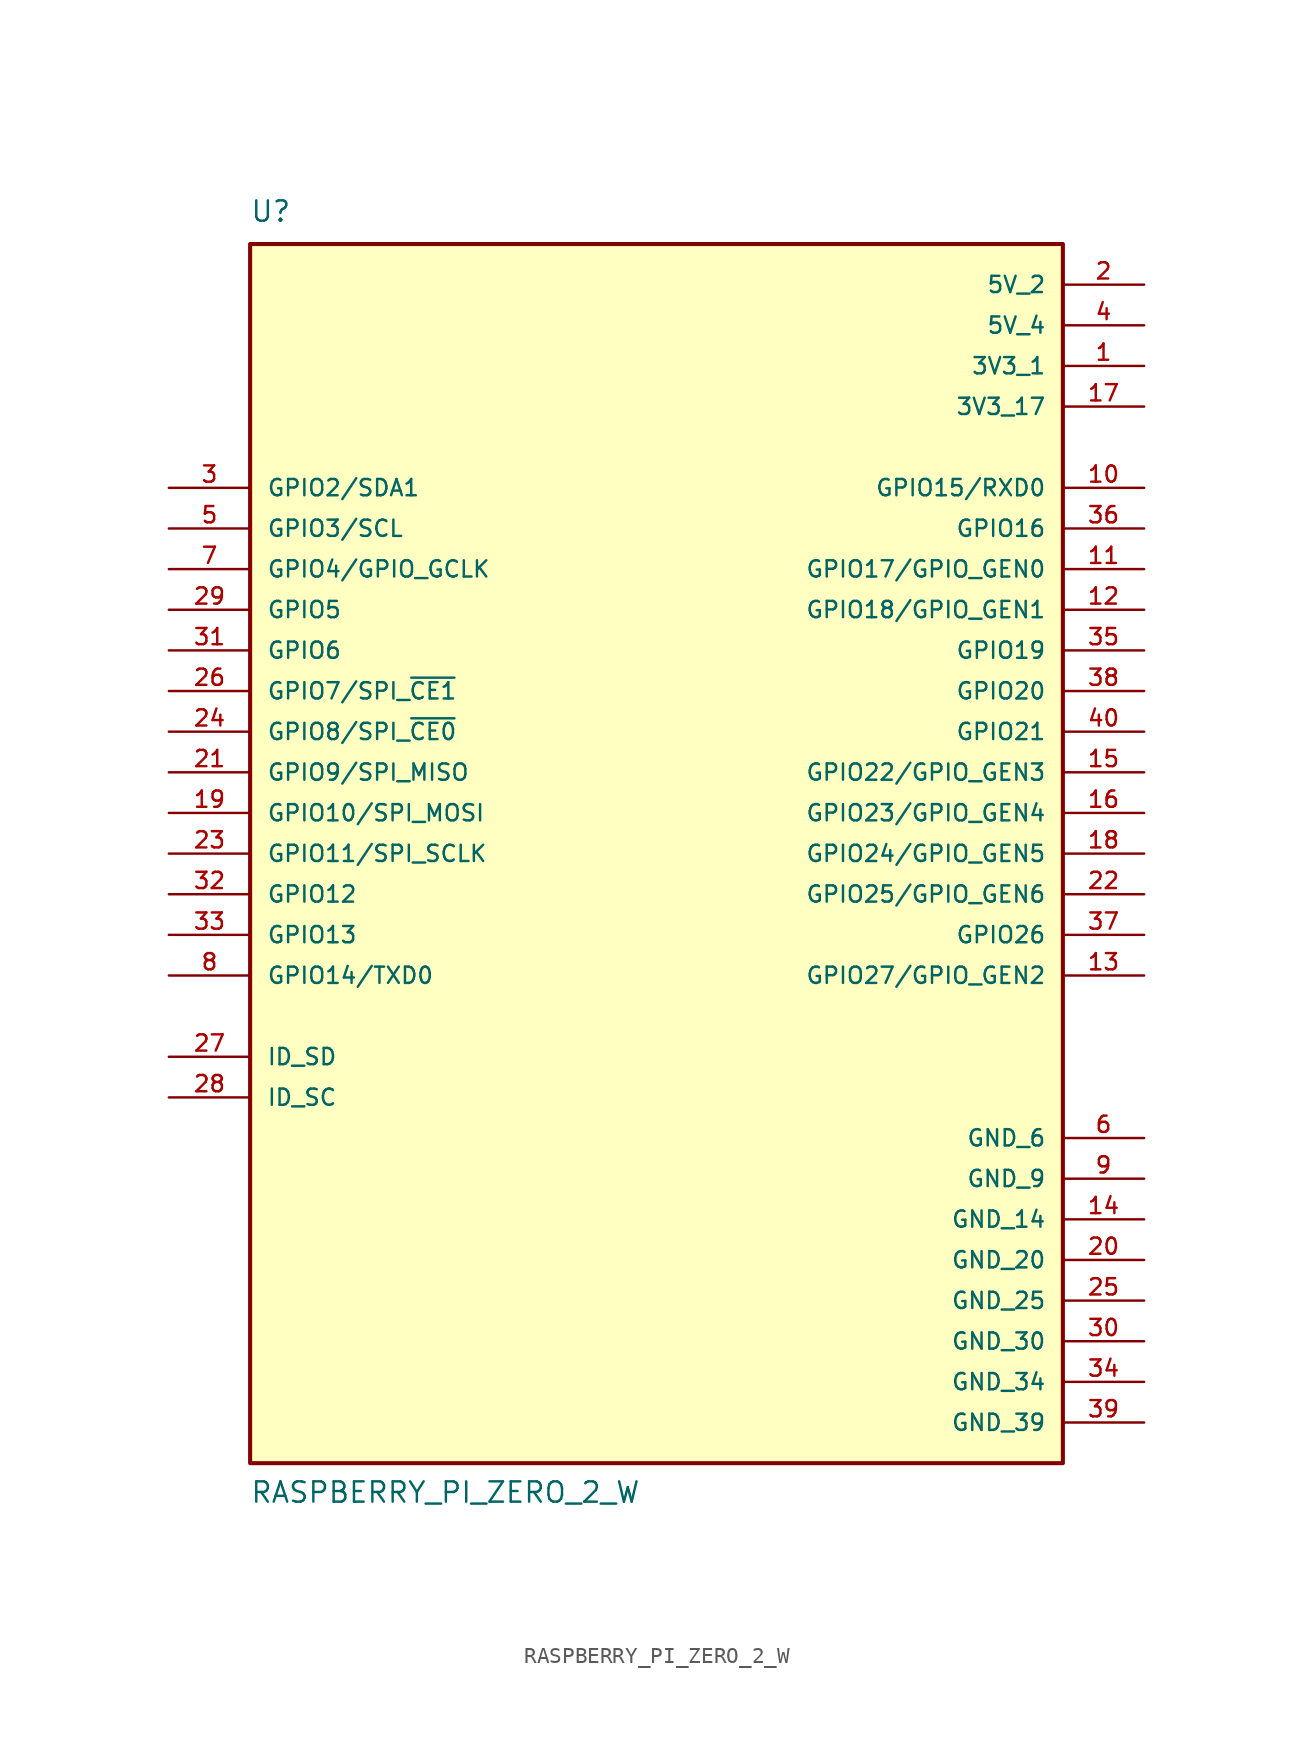
<source format=kicad_sym>
(kicad_symbol_lib
  (version 20211014)
  (generator kicad_symbol_editor)
  (symbol "RASPBERRY_PI_ZERO_2_W"
    (pin_names
      (offset 1.016))
    (property "Reference" "U"
      (at -25.42 39.396 0)
      (effects (font (size 1.27 1.27)) (justify bottom left)))
    (property "Value" "RASPBERRY_PI_ZERO_2_W"
      (at -25.419 -40.669 0)
      (effects (font (size 1.27 1.27)) (justify bottom left)))
    (symbol "RASPBERRY_PI_ZERO_2_W_0_0"
      (rectangle (start -25.4 -38.1) (end 25.4 38.1) (stroke (width 0.254)) (fill (type background)))
      (pin power_in line (at 30.48 35.56 180.0) (length 5.08) (name "5V_2" (effects (font (size 1.016 1.016)))) (number "2" (effects (font (size 1.016 1.016)))))
      (pin power_in line (at 30.48 30.48 180.0) (length 5.08) (name "3V3_1" (effects (font (size 1.016 1.016)))) (number "1" (effects (font (size 1.016 1.016)))))
      (pin bidirectional line (at -30.48 22.86 0) (length 5.08) (name "GPIO2/SDA1" (effects (font (size 1.016 1.016)))) (number "3" (effects (font (size 1.016 1.016)))))
      (pin power_in line (at 30.48 33.02 180.0) (length 5.08) (name "5V_4" (effects (font (size 1.016 1.016)))) (number "4" (effects (font (size 1.016 1.016)))))
      (pin bidirectional line (at -30.48 20.32 0) (length 5.08) (name "GPIO3/SCL" (effects (font (size 1.016 1.016)))) (number "5" (effects (font (size 1.016 1.016)))))
      (pin power_in line (at 30.48 -17.78 180.0) (length 5.08) (name "GND_6" (effects (font (size 1.016 1.016)))) (number "6" (effects (font (size 1.016 1.016)))))
      (pin bidirectional line (at -30.48 17.78 0) (length 5.08) (name "GPIO4/GPIO_GCLK" (effects (font (size 1.016 1.016)))) (number "7" (effects (font (size 1.016 1.016)))))
      (pin bidirectional line (at -30.48 -7.62 0) (length 5.08) (name "GPIO14/TXD0" (effects (font (size 1.016 1.016)))) (number "8" (effects (font (size 1.016 1.016)))))
      (pin power_in line (at 30.48 -20.32 180.0) (length 5.08) (name "GND_9" (effects (font (size 1.016 1.016)))) (number "9" (effects (font (size 1.016 1.016)))))
      (pin bidirectional line (at 30.48 22.86 180.0) (length 5.08) (name "GPIO15/RXD0" (effects (font (size 1.016 1.016)))) (number "10" (effects (font (size 1.016 1.016)))))
      (pin bidirectional line (at 30.48 17.78 180.0) (length 5.08) (name "GPIO17/GPIO_GEN0" (effects (font (size 1.016 1.016)))) (number "11" (effects (font (size 1.016 1.016)))))
      (pin bidirectional line (at 30.48 15.24 180.0) (length 5.08) (name "GPIO18/GPIO_GEN1" (effects (font (size 1.016 1.016)))) (number "12" (effects (font (size 1.016 1.016)))))
      (pin bidirectional line (at 30.48 -7.62 180.0) (length 5.08) (name "GPIO27/GPIO_GEN2" (effects (font (size 1.016 1.016)))) (number "13" (effects (font (size 1.016 1.016)))))
      (pin power_in line (at 30.48 -22.86 180.0) (length 5.08) (name "GND_14" (effects (font (size 1.016 1.016)))) (number "14" (effects (font (size 1.016 1.016)))))
      (pin bidirectional line (at 30.48 5.08 180.0) (length 5.08) (name "GPIO22/GPIO_GEN3" (effects (font (size 1.016 1.016)))) (number "15" (effects (font (size 1.016 1.016)))))
      (pin bidirectional line (at 30.48 2.54 180.0) (length 5.08) (name "GPIO23/GPIO_GEN4" (effects (font (size 1.016 1.016)))) (number "16" (effects (font (size 1.016 1.016)))))
      (pin power_in line (at 30.48 27.94 180.0) (length 5.08) (name "3V3_17" (effects (font (size 1.016 1.016)))) (number "17" (effects (font (size 1.016 1.016)))))
      (pin bidirectional line (at 30.48 0.0 180.0) (length 5.08) (name "GPIO24/GPIO_GEN5" (effects (font (size 1.016 1.016)))) (number "18" (effects (font (size 1.016 1.016)))))
      (pin bidirectional line (at -30.48 2.54 0) (length 5.08) (name "GPIO10/SPI_MOSI" (effects (font (size 1.016 1.016)))) (number "19" (effects (font (size 1.016 1.016)))))
      (pin power_in line (at 30.48 -25.4 180.0) (length 5.08) (name "GND_20" (effects (font (size 1.016 1.016)))) (number "20" (effects (font (size 1.016 1.016)))))
      (pin bidirectional line (at -30.48 5.08 0) (length 5.08) (name "GPIO9/SPI_MISO" (effects (font (size 1.016 1.016)))) (number "21" (effects (font (size 1.016 1.016)))))
      (pin bidirectional line (at 30.48 -2.54 180.0) (length 5.08) (name "GPIO25/GPIO_GEN6" (effects (font (size 1.016 1.016)))) (number "22" (effects (font (size 1.016 1.016)))))
      (pin bidirectional line (at -30.48 0.0 0) (length 5.08) (name "GPIO11/SPI_SCLK" (effects (font (size 1.016 1.016)))) (number "23" (effects (font (size 1.016 1.016)))))
      (pin bidirectional line (at -30.48 7.62 0) (length 5.08) (name "GPIO8/SPI_~{CE0}" (effects (font (size 1.016 1.016)))) (number "24" (effects (font (size 1.016 1.016)))))
      (pin power_in line (at 30.48 -27.94 180.0) (length 5.08) (name "GND_25" (effects (font (size 1.016 1.016)))) (number "25" (effects (font (size 1.016 1.016)))))
      (pin bidirectional line (at -30.48 10.16 0) (length 5.08) (name "GPIO7/SPI_~{CE1}" (effects (font (size 1.016 1.016)))) (number "26" (effects (font (size 1.016 1.016)))))
      (pin bidirectional line (at -30.48 -12.7 0) (length 5.08) (name "ID_SD" (effects (font (size 1.016 1.016)))) (number "27" (effects (font (size 1.016 1.016)))))
      (pin bidirectional line (at -30.48 -15.24 0) (length 5.08) (name "ID_SC" (effects (font (size 1.016 1.016)))) (number "28" (effects (font (size 1.016 1.016)))))
      (pin bidirectional line (at -30.48 15.24 0) (length 5.08) (name "GPIO5" (effects (font (size 1.016 1.016)))) (number "29" (effects (font (size 1.016 1.016)))))
      (pin power_in line (at 30.48 -30.48 180.0) (length 5.08) (name "GND_30" (effects (font (size 1.016 1.016)))) (number "30" (effects (font (size 1.016 1.016)))))
      (pin bidirectional line (at -30.48 12.7 0) (length 5.08) (name "GPIO6" (effects (font (size 1.016 1.016)))) (number "31" (effects (font (size 1.016 1.016)))))
      (pin bidirectional line (at -30.48 -2.54 0) (length 5.08) (name "GPIO12" (effects (font (size 1.016 1.016)))) (number "32" (effects (font (size 1.016 1.016)))))
      (pin bidirectional line (at -30.48 -5.08 0) (length 5.08) (name "GPIO13" (effects (font (size 1.016 1.016)))) (number "33" (effects (font (size 1.016 1.016)))))
      (pin power_in line (at 30.48 -33.02 180.0) (length 5.08) (name "GND_34" (effects (font (size 1.016 1.016)))) (number "34" (effects (font (size 1.016 1.016)))))
      (pin bidirectional line (at 30.48 12.7 180.0) (length 5.08) (name "GPIO19" (effects (font (size 1.016 1.016)))) (number "35" (effects (font (size 1.016 1.016)))))
      (pin bidirectional line (at 30.48 20.32 180.0) (length 5.08) (name "GPIO16" (effects (font (size 1.016 1.016)))) (number "36" (effects (font (size 1.016 1.016)))))
      (pin bidirectional line (at 30.48 -5.08 180.0) (length 5.08) (name "GPIO26" (effects (font (size 1.016 1.016)))) (number "37" (effects (font (size 1.016 1.016)))))
      (pin bidirectional line (at 30.48 10.16 180.0) (length 5.08) (name "GPIO20" (effects (font (size 1.016 1.016)))) (number "38" (effects (font (size 1.016 1.016)))))
      (pin power_in line (at 30.48 -35.56 180.0) (length 5.08) (name "GND_39" (effects (font (size 1.016 1.016)))) (number "39" (effects (font (size 1.016 1.016)))))
      (pin bidirectional line (at 30.48 7.62 180.0) (length 5.08) (name "GPIO21" (effects (font (size 1.016 1.016)))) (number "40" (effects (font (size 1.016 1.016))))))))
</source>
